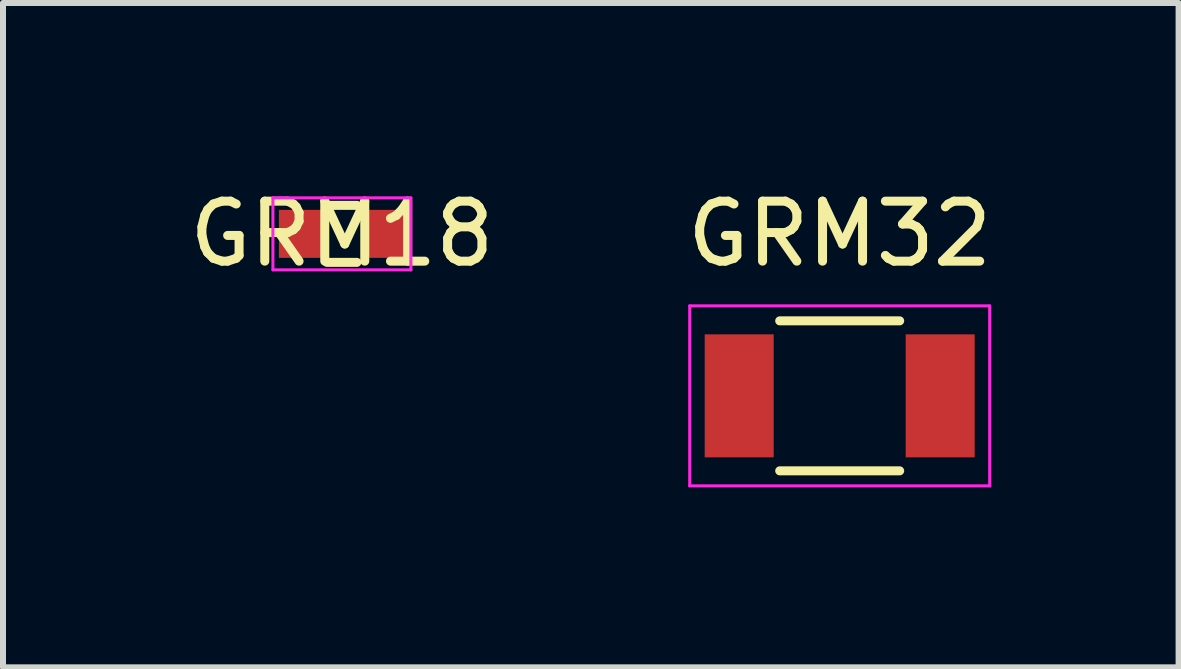
<source format=kicad_pcb>
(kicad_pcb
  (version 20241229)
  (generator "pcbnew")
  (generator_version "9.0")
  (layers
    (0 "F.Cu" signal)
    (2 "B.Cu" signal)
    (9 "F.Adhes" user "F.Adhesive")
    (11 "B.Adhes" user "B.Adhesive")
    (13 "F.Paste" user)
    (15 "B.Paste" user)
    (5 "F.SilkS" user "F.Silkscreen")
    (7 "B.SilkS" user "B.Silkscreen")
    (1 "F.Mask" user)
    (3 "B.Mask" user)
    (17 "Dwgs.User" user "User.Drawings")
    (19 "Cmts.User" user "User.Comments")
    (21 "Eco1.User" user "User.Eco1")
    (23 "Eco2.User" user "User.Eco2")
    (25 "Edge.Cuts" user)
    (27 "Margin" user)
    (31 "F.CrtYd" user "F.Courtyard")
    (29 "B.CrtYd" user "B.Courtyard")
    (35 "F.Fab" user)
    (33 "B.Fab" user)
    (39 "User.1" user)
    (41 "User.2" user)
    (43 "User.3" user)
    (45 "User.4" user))
  (footprint "GRM32"
    (layer "F.Cu")
    (at 10.946 3.548)
    (property "Reference" "GRM32" (at 0 -2.7 0) (layer "F.SilkS") (effects (font (size 1 1) (thickness 0.15))))
    (attr smd)
    (fp_line (start -1 1.25) (end 1 1.25) (stroke (width 0.15) (type solid)) (layer "F.SilkS"))
    (fp_line (start 1 -1.25) (end -1 -1.25) (stroke (width 0.15) (type solid)) (layer "F.SilkS"))
    (fp_line (start -2.5 -1.5) (end -2.5 1.5) (stroke (width 0.05) (type solid)) (layer "F.CrtYd"))
    (fp_line (start -2.5 -1.5) (end 2.5 -1.5) (stroke (width 0.05) (type solid)) (layer "F.CrtYd"))
    (fp_line (start -2.5 1.5) (end 2.5 1.5) (stroke (width 0.05) (type solid)) (layer "F.CrtYd"))
    (fp_line (start 2.5 -1.5) (end 2.5 1.5) (stroke (width 0.05) (type solid)) (layer "F.CrtYd"))
    (pad "1" smd rect (at -1.675 0) (size 1.15 2.05) (layers "F.Cu" "F.Mask" "F.Paste"))
    (pad "2" smd rect (at 1.675 0) (size 1.15 2.05) (layers "F.Cu" "F.Mask" "F.Paste")))
  (footprint "GRM18"
    (layer "F.Cu")
    (at 2.649 0.848)
    (property "Reference" "GRM18" (at 0 0 0) (layer "F.SilkS") (effects (font (size 1 1) (thickness 0.15))))
    (attr smd)
    (fp_line (start -0.25 0.475) (end 0.25 0.475) (stroke (width 0.15) (type solid)) (layer "F.SilkS"))
    (fp_line (start 0.25 -0.475) (end -0.25 -0.475) (stroke (width 0.15) (type solid)) (layer "F.SilkS"))
    (fp_line (start -1.15 -0.6) (end -1.15 0.6) (stroke (width 0.05) (type solid)) (layer "F.CrtYd"))
    (fp_line (start -1.15 -0.6) (end 1.15 -0.6) (stroke (width 0.05) (type solid)) (layer "F.CrtYd"))
    (fp_line (start -1.15 0.6) (end 1.15 0.6) (stroke (width 0.05) (type solid)) (layer "F.CrtYd"))
    (fp_line (start 1.15 -0.6) (end 1.15 0.6) (stroke (width 0.05) (type solid)) (layer "F.CrtYd"))
    (pad "1" smd rect (at -0.7 0) (size 0.7 0.8) (layers "F.Cu" "F.Mask" "F.Paste"))
    (pad "2" smd rect (at 0.7 0) (size 0.7 0.8) (layers "F.Cu" "F.Mask" "F.Paste")))
  (gr_rect
    (start -3 -3)
    (end 16.595 8.073)
    (stroke (width 0.1) (type default))
    (fill no)
    (layer "Edge.Cuts")))
</source>
